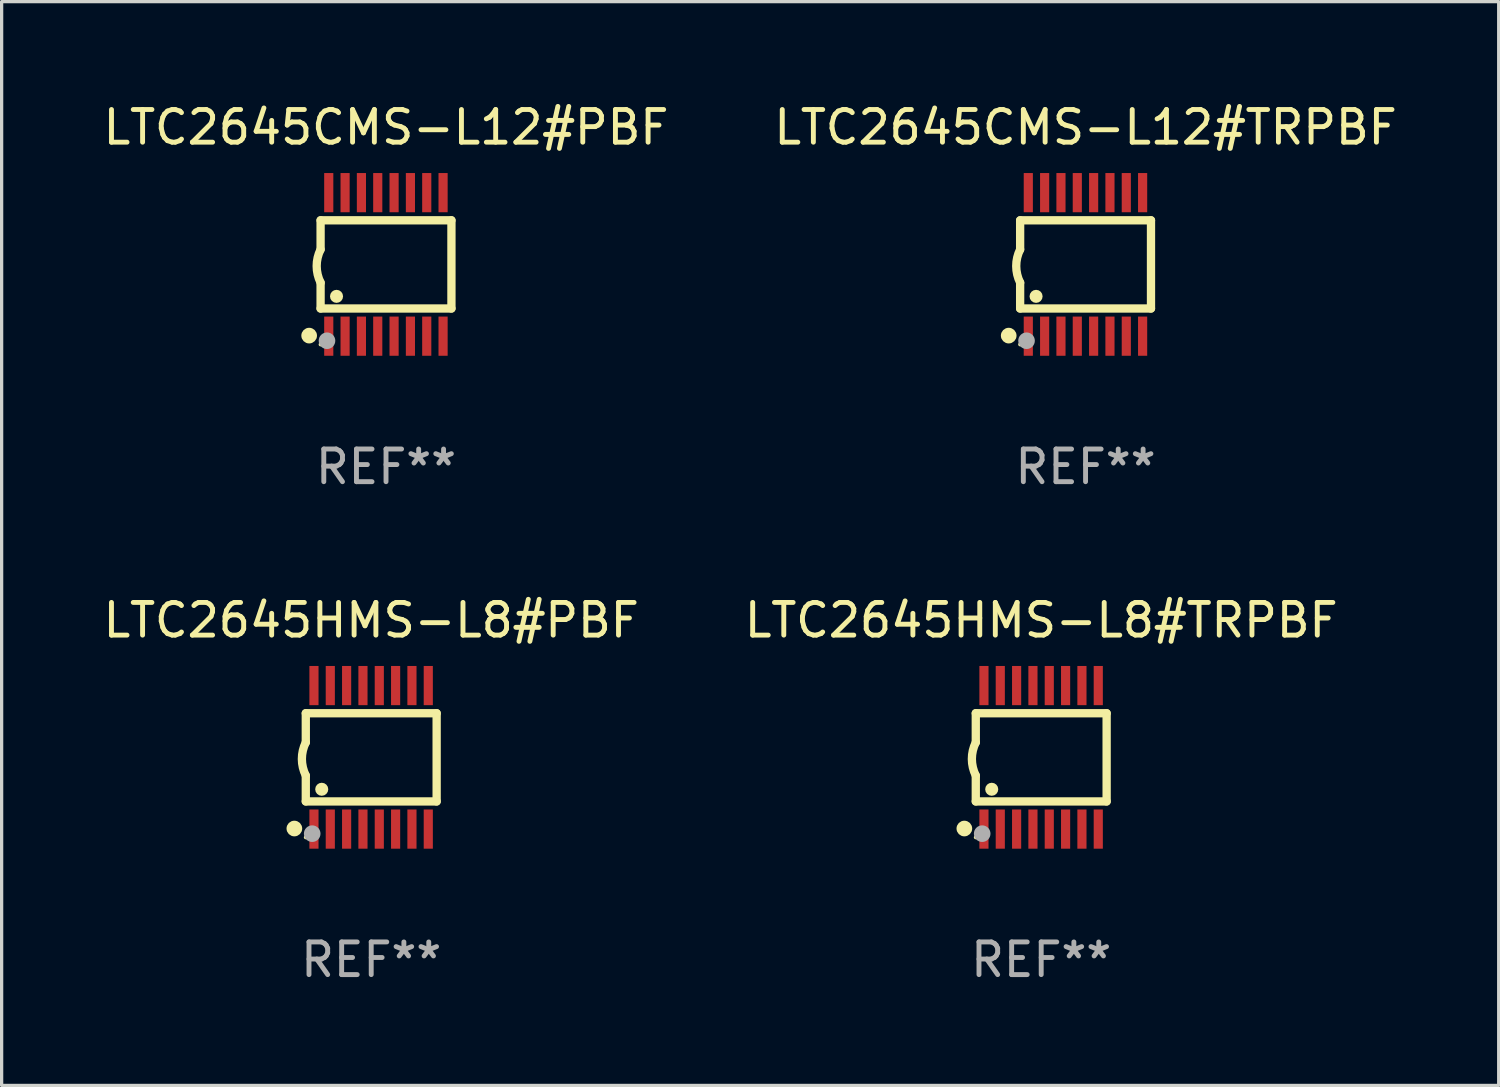
<source format=kicad_pcb>
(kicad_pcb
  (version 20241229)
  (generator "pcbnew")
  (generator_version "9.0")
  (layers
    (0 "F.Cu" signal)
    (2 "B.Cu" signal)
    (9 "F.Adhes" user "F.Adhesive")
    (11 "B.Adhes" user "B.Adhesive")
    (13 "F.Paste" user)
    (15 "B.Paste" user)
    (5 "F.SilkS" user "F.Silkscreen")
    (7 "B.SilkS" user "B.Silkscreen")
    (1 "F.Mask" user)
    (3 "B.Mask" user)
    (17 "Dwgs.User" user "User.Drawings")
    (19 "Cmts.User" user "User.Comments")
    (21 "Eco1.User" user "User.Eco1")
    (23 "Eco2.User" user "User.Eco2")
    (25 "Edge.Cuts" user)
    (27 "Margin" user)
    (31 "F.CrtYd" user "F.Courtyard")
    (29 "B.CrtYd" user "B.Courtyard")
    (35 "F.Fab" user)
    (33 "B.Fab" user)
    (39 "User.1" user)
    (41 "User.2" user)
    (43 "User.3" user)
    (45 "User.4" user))
  (footprint "LTC2645HMS-L8#PBF"
    (layer "F.Cu")
    (at 8.315 20.136)
    (property "Reference" "LTC2645HMS-L8#PBF" (at 0 -4.197 0) (layer "F.SilkS") (effects (font (size 1 1) (thickness 0.15))))
    (attr through_hole)
    (fp_line (start -2.003 -1.35) (end -2.003 -0.457) (stroke (width 0.254) (type solid)) (layer "F.SilkS"))
    (fp_line (start -2.003 -1.35) (end 2.003 -1.35) (stroke (width 0.254) (type solid)) (layer "F.SilkS"))
    (fp_line (start -2.003 1.35) (end -2.003 0.559) (stroke (width 0.254) (type solid)) (layer "F.SilkS"))
    (fp_line (start -2.003 1.35) (end 2.003 1.35) (stroke (width 0.254) (type solid)) (layer "F.SilkS"))
    (fp_line (start 2.003 -1.35) (end 2.003 1.35) (stroke (width 0.254) (type solid)) (layer "F.SilkS"))
    (fp_arc (start -2.002286 0.558802) (mid -2.122556 0.05092) (end -2.003302 -0.457201) (stroke (width 0.254001) (type solid)) (layer "F.SilkS"))
    (fp_circle (center -2.353 2.18) (end -2.233 2.18) (stroke (width 0.24) (type solid)) (fill no) (layer "F.SilkS"))
    (fp_circle (center -2.003 2.45) (end -1.973 2.45) (stroke (width 0.06) (type solid)) (fill no) (layer "F.SilkS"))
    (fp_circle (center -1.515 0.978) (end -1.415 0.978) (stroke (width 0.2) (type solid)) (fill no) (layer "F.SilkS"))
    (fp_circle (center -1.807 2.337) (end -1.68 2.337) (stroke (width 0.254) (type solid)) (fill no) (layer "F.Fab"))
    (fp_text user "REF**" (at 0 6.197 0) (layer "F.Fab") (effects (font (size 1 1) (thickness 0.15))))
    (pad "1" smd rect (at -1.753 2.197 90) (size 1.2 0.28) (layers "F.Cu" "F.Mask" "F.Paste"))
    (pad "2" smd rect (at -1.253 2.197 90) (size 1.2 0.28) (layers "F.Cu" "F.Mask" "F.Paste"))
    (pad "3" smd rect (at -0.753 2.197 90) (size 1.2 0.28) (layers "F.Cu" "F.Mask" "F.Paste"))
    (pad "4" smd rect (at -0.253 2.197 90) (size 1.2 0.28) (layers "F.Cu" "F.Mask" "F.Paste"))
    (pad "5" smd rect (at 0.247 2.197 90) (size 1.2 0.28) (layers "F.Cu" "F.Mask" "F.Paste"))
    (pad "6" smd rect (at 0.747 2.197 90) (size 1.2 0.28) (layers "F.Cu" "F.Mask" "F.Paste"))
    (pad "7" smd rect (at 1.247 2.197 90) (size 1.2 0.28) (layers "F.Cu" "F.Mask" "F.Paste"))
    (pad "8" smd rect (at 1.747 2.197 90) (size 1.2 0.28) (layers "F.Cu" "F.Mask" "F.Paste"))
    (pad "9" smd rect (at 1.747 -2.197 90) (size 1.2 0.28) (layers "F.Cu" "F.Mask" "F.Paste"))
    (pad "10" smd rect (at 1.247 -2.197 90) (size 1.2 0.28) (layers "F.Cu" "F.Mask" "F.Paste"))
    (pad "11" smd rect (at 0.747 -2.197 90) (size 1.2 0.28) (layers "F.Cu" "F.Mask" "F.Paste"))
    (pad "12" smd rect (at 0.247 -2.197 90) (size 1.2 0.28) (layers "F.Cu" "F.Mask" "F.Paste"))
    (pad "13" smd rect (at -0.253 -2.197 90) (size 1.2 0.28) (layers "F.Cu" "F.Mask" "F.Paste"))
    (pad "14" smd rect (at -0.753 -2.197 90) (size 1.2 0.28) (layers "F.Cu" "F.Mask" "F.Paste"))
    (pad "15" smd rect (at -1.253 -2.197 90) (size 1.2 0.28) (layers "F.Cu" "F.Mask" "F.Paste"))
    (pad "16" smd rect (at -1.753 -2.197 90) (size 1.2 0.28) (layers "F.Cu" "F.Mask" "F.Paste")))
  (footprint "LTC2645HMS-L8#TRPBF"
    (layer "F.Cu")
    (at 28.827 20.136)
    (property "Reference" "LTC2645HMS-L8#TRPBF" (at 0 -4.197 0) (layer "F.SilkS") (effects (font (size 1 1) (thickness 0.15))))
    (attr through_hole)
    (fp_line (start -2.003 -1.35) (end -2.003 -0.457) (stroke (width 0.254) (type solid)) (layer "F.SilkS"))
    (fp_line (start -2.003 -1.35) (end 2.003 -1.35) (stroke (width 0.254) (type solid)) (layer "F.SilkS"))
    (fp_line (start -2.003 1.35) (end -2.003 0.559) (stroke (width 0.254) (type solid)) (layer "F.SilkS"))
    (fp_line (start -2.003 1.35) (end 2.003 1.35) (stroke (width 0.254) (type solid)) (layer "F.SilkS"))
    (fp_line (start 2.003 -1.35) (end 2.003 1.35) (stroke (width 0.254) (type solid)) (layer "F.SilkS"))
    (fp_arc (start -2.002286 0.558802) (mid -2.122556 0.05092) (end -2.003302 -0.457201) (stroke (width 0.254001) (type solid)) (layer "F.SilkS"))
    (fp_circle (center -2.353 2.18) (end -2.233 2.18) (stroke (width 0.24) (type solid)) (fill no) (layer "F.SilkS"))
    (fp_circle (center -2.003 2.45) (end -1.973 2.45) (stroke (width 0.06) (type solid)) (fill no) (layer "F.SilkS"))
    (fp_circle (center -1.515 0.978) (end -1.415 0.978) (stroke (width 0.2) (type solid)) (fill no) (layer "F.SilkS"))
    (fp_circle (center -1.807 2.337) (end -1.68 2.337) (stroke (width 0.254) (type solid)) (fill no) (layer "F.Fab"))
    (fp_text user "REF**" (at 0 6.197 0) (layer "F.Fab") (effects (font (size 1 1) (thickness 0.15))))
    (pad "1" smd rect (at -1.753 2.197 90) (size 1.2 0.28) (layers "F.Cu" "F.Mask" "F.Paste"))
    (pad "2" smd rect (at -1.253 2.197 90) (size 1.2 0.28) (layers "F.Cu" "F.Mask" "F.Paste"))
    (pad "3" smd rect (at -0.753 2.197 90) (size 1.2 0.28) (layers "F.Cu" "F.Mask" "F.Paste"))
    (pad "4" smd rect (at -0.253 2.197 90) (size 1.2 0.28) (layers "F.Cu" "F.Mask" "F.Paste"))
    (pad "5" smd rect (at 0.247 2.197 90) (size 1.2 0.28) (layers "F.Cu" "F.Mask" "F.Paste"))
    (pad "6" smd rect (at 0.747 2.197 90) (size 1.2 0.28) (layers "F.Cu" "F.Mask" "F.Paste"))
    (pad "7" smd rect (at 1.247 2.197 90) (size 1.2 0.28) (layers "F.Cu" "F.Mask" "F.Paste"))
    (pad "8" smd rect (at 1.747 2.197 90) (size 1.2 0.28) (layers "F.Cu" "F.Mask" "F.Paste"))
    (pad "9" smd rect (at 1.747 -2.197 90) (size 1.2 0.28) (layers "F.Cu" "F.Mask" "F.Paste"))
    (pad "10" smd rect (at 1.247 -2.197 90) (size 1.2 0.28) (layers "F.Cu" "F.Mask" "F.Paste"))
    (pad "11" smd rect (at 0.747 -2.197 90) (size 1.2 0.28) (layers "F.Cu" "F.Mask" "F.Paste"))
    (pad "12" smd rect (at 0.247 -2.197 90) (size 1.2 0.28) (layers "F.Cu" "F.Mask" "F.Paste"))
    (pad "13" smd rect (at -0.253 -2.197 90) (size 1.2 0.28) (layers "F.Cu" "F.Mask" "F.Paste"))
    (pad "14" smd rect (at -0.753 -2.197 90) (size 1.2 0.28) (layers "F.Cu" "F.Mask" "F.Paste"))
    (pad "15" smd rect (at -1.253 -2.197 90) (size 1.2 0.28) (layers "F.Cu" "F.Mask" "F.Paste"))
    (pad "16" smd rect (at -1.753 -2.197 90) (size 1.2 0.28) (layers "F.Cu" "F.Mask" "F.Paste")))
  (footprint "LTC2645CMS-L12#TRPBF"
    (layer "F.Cu")
    (at 30.185 5.045)
    (property "Reference" "LTC2645CMS-L12#TRPBF" (at 0 -4.197 0) (layer "F.SilkS") (effects (font (size 1 1) (thickness 0.15))))
    (attr through_hole)
    (fp_line (start -2.003 -1.35) (end -2.003 -0.457) (stroke (width 0.254) (type solid)) (layer "F.SilkS"))
    (fp_line (start -2.003 -1.35) (end 2.003 -1.35) (stroke (width 0.254) (type solid)) (layer "F.SilkS"))
    (fp_line (start -2.003 1.35) (end -2.003 0.559) (stroke (width 0.254) (type solid)) (layer "F.SilkS"))
    (fp_line (start -2.003 1.35) (end 2.003 1.35) (stroke (width 0.254) (type solid)) (layer "F.SilkS"))
    (fp_line (start 2.003 -1.35) (end 2.003 1.35) (stroke (width 0.254) (type solid)) (layer "F.SilkS"))
    (fp_arc (start -2.002286 0.558802) (mid -2.122556 0.05092) (end -2.003302 -0.457201) (stroke (width 0.254001) (type solid)) (layer "F.SilkS"))
    (fp_circle (center -2.353 2.18) (end -2.233 2.18) (stroke (width 0.24) (type solid)) (fill no) (layer "F.SilkS"))
    (fp_circle (center -2.003 2.45) (end -1.973 2.45) (stroke (width 0.06) (type solid)) (fill no) (layer "F.SilkS"))
    (fp_circle (center -1.515 0.978) (end -1.415 0.978) (stroke (width 0.2) (type solid)) (fill no) (layer "F.SilkS"))
    (fp_circle (center -1.807 2.337) (end -1.68 2.337) (stroke (width 0.254) (type solid)) (fill no) (layer "F.Fab"))
    (fp_text user "REF**" (at 0 6.197 0) (layer "F.Fab") (effects (font (size 1 1) (thickness 0.15))))
    (pad "1" smd rect (at -1.753 2.197 90) (size 1.2 0.28) (layers "F.Cu" "F.Mask" "F.Paste"))
    (pad "2" smd rect (at -1.253 2.197 90) (size 1.2 0.28) (layers "F.Cu" "F.Mask" "F.Paste"))
    (pad "3" smd rect (at -0.753 2.197 90) (size 1.2 0.28) (layers "F.Cu" "F.Mask" "F.Paste"))
    (pad "4" smd rect (at -0.253 2.197 90) (size 1.2 0.28) (layers "F.Cu" "F.Mask" "F.Paste"))
    (pad "5" smd rect (at 0.247 2.197 90) (size 1.2 0.28) (layers "F.Cu" "F.Mask" "F.Paste"))
    (pad "6" smd rect (at 0.747 2.197 90) (size 1.2 0.28) (layers "F.Cu" "F.Mask" "F.Paste"))
    (pad "7" smd rect (at 1.247 2.197 90) (size 1.2 0.28) (layers "F.Cu" "F.Mask" "F.Paste"))
    (pad "8" smd rect (at 1.747 2.197 90) (size 1.2 0.28) (layers "F.Cu" "F.Mask" "F.Paste"))
    (pad "9" smd rect (at 1.747 -2.197 90) (size 1.2 0.28) (layers "F.Cu" "F.Mask" "F.Paste"))
    (pad "10" smd rect (at 1.247 -2.197 90) (size 1.2 0.28) (layers "F.Cu" "F.Mask" "F.Paste"))
    (pad "11" smd rect (at 0.747 -2.197 90) (size 1.2 0.28) (layers "F.Cu" "F.Mask" "F.Paste"))
    (pad "12" smd rect (at 0.247 -2.197 90) (size 1.2 0.28) (layers "F.Cu" "F.Mask" "F.Paste"))
    (pad "13" smd rect (at -0.253 -2.197 90) (size 1.2 0.28) (layers "F.Cu" "F.Mask" "F.Paste"))
    (pad "14" smd rect (at -0.753 -2.197 90) (size 1.2 0.28) (layers "F.Cu" "F.Mask" "F.Paste"))
    (pad "15" smd rect (at -1.253 -2.197 90) (size 1.2 0.28) (layers "F.Cu" "F.Mask" "F.Paste"))
    (pad "16" smd rect (at -1.753 -2.197 90) (size 1.2 0.28) (layers "F.Cu" "F.Mask" "F.Paste")))
  (footprint "LTC2645CMS-L12#PBF"
    (layer "F.Cu")
    (at 8.768 5.045)
    (property "Reference" "LTC2645CMS-L12#PBF" (at 0 -4.197 0) (layer "F.SilkS") (effects (font (size 1 1) (thickness 0.15))))
    (attr through_hole)
    (fp_line (start -2.003 -1.35) (end -2.003 -0.457) (stroke (width 0.254) (type solid)) (layer "F.SilkS"))
    (fp_line (start -2.003 -1.35) (end 2.003 -1.35) (stroke (width 0.254) (type solid)) (layer "F.SilkS"))
    (fp_line (start -2.003 1.35) (end -2.003 0.559) (stroke (width 0.254) (type solid)) (layer "F.SilkS"))
    (fp_line (start -2.003 1.35) (end 2.003 1.35) (stroke (width 0.254) (type solid)) (layer "F.SilkS"))
    (fp_line (start 2.003 -1.35) (end 2.003 1.35) (stroke (width 0.254) (type solid)) (layer "F.SilkS"))
    (fp_arc (start -2.002286 0.558802) (mid -2.122556 0.05092) (end -2.003302 -0.457201) (stroke (width 0.254001) (type solid)) (layer "F.SilkS"))
    (fp_circle (center -2.353 2.18) (end -2.233 2.18) (stroke (width 0.24) (type solid)) (fill no) (layer "F.SilkS"))
    (fp_circle (center -2.003 2.45) (end -1.973 2.45) (stroke (width 0.06) (type solid)) (fill no) (layer "F.SilkS"))
    (fp_circle (center -1.515 0.978) (end -1.415 0.978) (stroke (width 0.2) (type solid)) (fill no) (layer "F.SilkS"))
    (fp_circle (center -1.807 2.337) (end -1.68 2.337) (stroke (width 0.254) (type solid)) (fill no) (layer "F.Fab"))
    (fp_text user "REF**" (at 0 6.197 0) (layer "F.Fab") (effects (font (size 1 1) (thickness 0.15))))
    (pad "1" smd rect (at -1.753 2.197 90) (size 1.2 0.28) (layers "F.Cu" "F.Mask" "F.Paste"))
    (pad "2" smd rect (at -1.253 2.197 90) (size 1.2 0.28) (layers "F.Cu" "F.Mask" "F.Paste"))
    (pad "3" smd rect (at -0.753 2.197 90) (size 1.2 0.28) (layers "F.Cu" "F.Mask" "F.Paste"))
    (pad "4" smd rect (at -0.253 2.197 90) (size 1.2 0.28) (layers "F.Cu" "F.Mask" "F.Paste"))
    (pad "5" smd rect (at 0.247 2.197 90) (size 1.2 0.28) (layers "F.Cu" "F.Mask" "F.Paste"))
    (pad "6" smd rect (at 0.747 2.197 90) (size 1.2 0.28) (layers "F.Cu" "F.Mask" "F.Paste"))
    (pad "7" smd rect (at 1.247 2.197 90) (size 1.2 0.28) (layers "F.Cu" "F.Mask" "F.Paste"))
    (pad "8" smd rect (at 1.747 2.197 90) (size 1.2 0.28) (layers "F.Cu" "F.Mask" "F.Paste"))
    (pad "9" smd rect (at 1.747 -2.197 90) (size 1.2 0.28) (layers "F.Cu" "F.Mask" "F.Paste"))
    (pad "10" smd rect (at 1.247 -2.197 90) (size 1.2 0.28) (layers "F.Cu" "F.Mask" "F.Paste"))
    (pad "11" smd rect (at 0.747 -2.197 90) (size 1.2 0.28) (layers "F.Cu" "F.Mask" "F.Paste"))
    (pad "12" smd rect (at 0.247 -2.197 90) (size 1.2 0.28) (layers "F.Cu" "F.Mask" "F.Paste"))
    (pad "13" smd rect (at -0.253 -2.197 90) (size 1.2 0.28) (layers "F.Cu" "F.Mask" "F.Paste"))
    (pad "14" smd rect (at -0.753 -2.197 90) (size 1.2 0.28) (layers "F.Cu" "F.Mask" "F.Paste"))
    (pad "15" smd rect (at -1.253 -2.197 90) (size 1.2 0.28) (layers "F.Cu" "F.Mask" "F.Paste"))
    (pad "16" smd rect (at -1.753 -2.197 90) (size 1.2 0.28) (layers "F.Cu" "F.Mask" "F.Paste")))
  (gr_rect
    (start -3 -3)
    (end 42.833 30.181)
    (stroke (width 0.1) (type default))
    (fill no)
    (layer "Edge.Cuts")))
</source>
